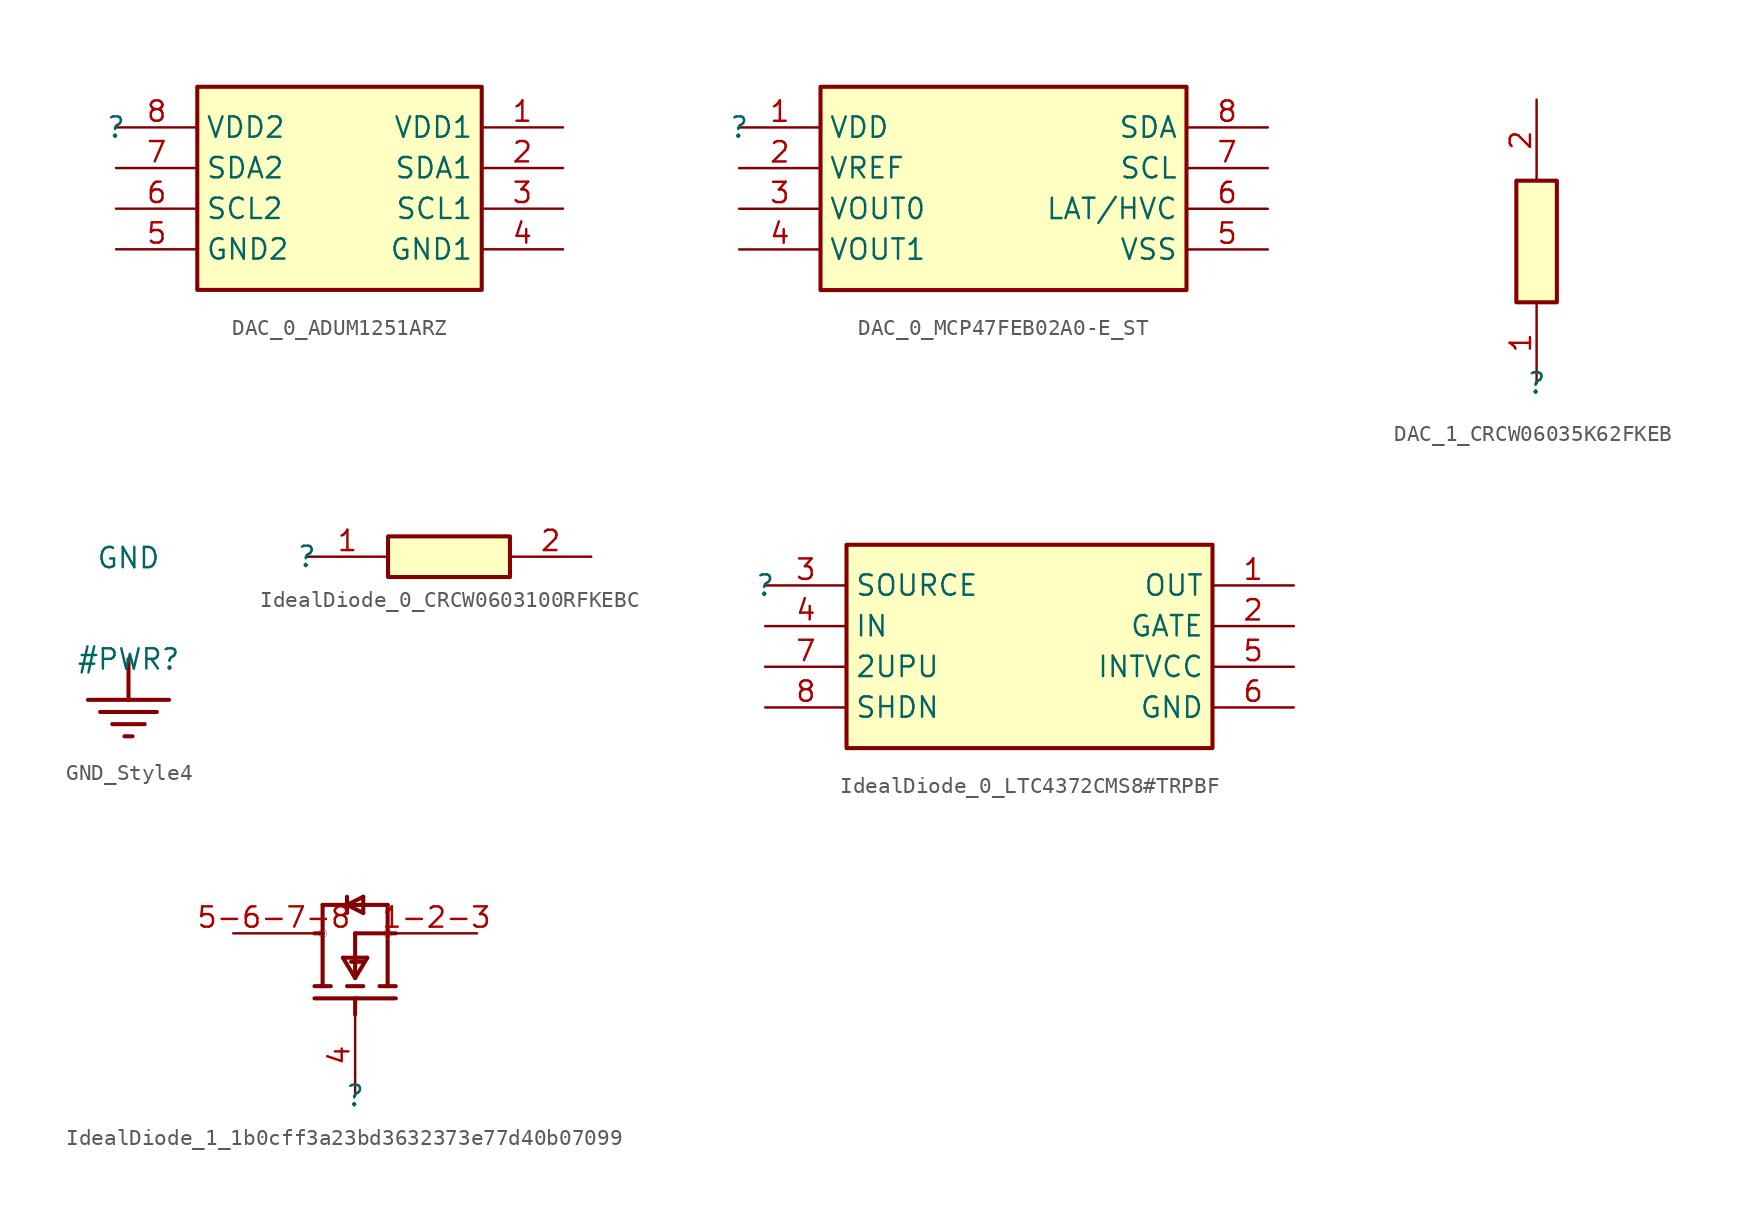
<source format=kicad_sym>
(kicad_symbol_lib
  (version 20220914)
  (generator kicad_symbol_editor)
  (symbol "DAC_0_ADUM1251ARZ"
    (property "Reference" ""
      (at 0 0 0)
      (effects (font (size 1.27 1.27))))
    (property "Value" ""
      (at 0 0 0)
      (effects (font (size 1.27 1.27))))
    (symbol "DAC_0_ADUM1251ARZ_1_0"
      (rectangle (start 22.86 2.54) (end 5.08 -10.16) (stroke (width 0.254) (type solid)) (fill (type background)))
      (pin passive line (at 27.94 0 180) (length 5.08) (name "VDD1" (effects (font (size 1.27 1.27)))) (number "1" (effects (font (size 1.27 1.27)))))
      (pin passive line (at 27.94 -2.54 180) (length 5.08) (name "SDA1" (effects (font (size 1.27 1.27)))) (number "2" (effects (font (size 1.27 1.27)))))
      (pin passive line (at 27.94 -5.08 180) (length 5.08) (name "SCL1" (effects (font (size 1.27 1.27)))) (number "3" (effects (font (size 1.27 1.27)))))
      (pin passive line (at 27.94 -7.62 180) (length 5.08) (name "GND1" (effects (font (size 1.27 1.27)))) (number "4" (effects (font (size 1.27 1.27)))))
      (pin passive line (at 0 -7.62 0) (length 5.08) (name "GND2" (effects (font (size 1.27 1.27)))) (number "5" (effects (font (size 1.27 1.27)))))
      (pin passive line (at 0 -5.08 0) (length 5.08) (name "SCL2" (effects (font (size 1.27 1.27)))) (number "6" (effects (font (size 1.27 1.27)))))
      (pin passive line (at 0 -2.54 0) (length 5.08) (name "SDA2" (effects (font (size 1.27 1.27)))) (number "7" (effects (font (size 1.27 1.27)))))
      (pin passive line (at 0 0 0) (length 5.08) (name "VDD2" (effects (font (size 1.27 1.27)))) (number "8" (effects (font (size 1.27 1.27)))))))
  (symbol "DAC_0_MCP47FEB02A0-E_ST"
    (property "Reference" ""
      (at 0 0 0)
      (effects (font (size 1.27 1.27))))
    (property "Value" ""
      (at 0 0 0)
      (effects (font (size 1.27 1.27))))
    (symbol "DAC_0_MCP47FEB02A0-E_ST_1_0"
      (rectangle (start 27.94 2.54) (end 5.08 -10.16) (stroke (width 0.254) (type solid)) (fill (type background)))
      (pin passive line (at 0 0 0) (length 5.08) (name "VDD" (effects (font (size 1.27 1.27)))) (number "1" (effects (font (size 1.27 1.27)))))
      (pin passive line (at 0 -2.54 0) (length 5.08) (name "VREF" (effects (font (size 1.27 1.27)))) (number "2" (effects (font (size 1.27 1.27)))))
      (pin passive line (at 0 -5.08 0) (length 5.08) (name "VOUT0" (effects (font (size 1.27 1.27)))) (number "3" (effects (font (size 1.27 1.27)))))
      (pin passive line (at 0 -7.62 0) (length 5.08) (name "VOUT1" (effects (font (size 1.27 1.27)))) (number "4" (effects (font (size 1.27 1.27)))))
      (pin passive line (at 33.02 -7.62 180) (length 5.08) (name "VSS" (effects (font (size 1.27 1.27)))) (number "5" (effects (font (size 1.27 1.27)))))
      (pin passive line (at 33.02 -5.08 180) (length 5.08) (name "LAT/HVC" (effects (font (size 1.27 1.27)))) (number "6" (effects (font (size 1.27 1.27)))))
      (pin passive line (at 33.02 -2.54 180) (length 5.08) (name "SCL" (effects (font (size 1.27 1.27)))) (number "7" (effects (font (size 1.27 1.27)))))
      (pin passive line (at 33.02 0 180) (length 5.08) (name "SDA" (effects (font (size 1.27 1.27)))) (number "8" (effects (font (size 1.27 1.27)))))))
  (symbol "DAC_1_CRCW06035K62FKEB"
    (property "Reference" ""
      (at 0 0 0)
      (effects (font (size 1.27 1.27))))
    (property "Value" ""
      (at 0 0 0)
      (effects (font (size 1.27 1.27))))
    (symbol "DAC_1_CRCW06035K62FKEB_1_0"
      (rectangle (start 1.27 12.7) (end -1.27 5.08) (stroke (width 0.254) (type solid)) (fill (type background)))
      (pin passive line (at 0 0 90) (length 5.08) (name "1" (effects (font (size 0 0)))) (number "1" (effects (font (size 1.27 1.27)))))
      (pin passive line (at 0 17.78 270) (length 5.08) (name "2" (effects (font (size 0 0)))) (number "2" (effects (font (size 1.27 1.27)))))))
  (symbol "GND_Style4"
    (power)
    (property "Reference" "#PWR"
      (at 0 0 0)
      (effects (font (size 1.27 1.27))))
    (property "Value" "GND"
      (at 0 6.35 0)
      (effects (font (size 1.27 1.27))))
    (symbol "GND_Style4_0_0"
      (polyline (pts (xy -2.54 -2.54) (xy 2.54 -2.54)) (stroke (width 0.254) (type solid)) (fill (type none)))
      (polyline (pts (xy -1.778 -3.302) (xy 1.778 -3.302)) (stroke (width 0.254) (type solid)) (fill (type none)))
      (polyline (pts (xy -1.016 -4.064) (xy 1.016 -4.064)) (stroke (width 0.254) (type solid)) (fill (type none)))
      (polyline (pts (xy -0.254 -4.826) (xy 0.254 -4.826)) (stroke (width 0.254) (type solid)) (fill (type none)))
      (polyline (pts (xy 0 0) (xy 0 -2.54)) (stroke (width 0.254) (type solid)) (fill (type none)))
      (pin power_in line (at 0 0 0) (length 0) hide (name "GND" (effects (font (size 1.27 1.27)))) (number "" (effects (font (size 1.27 1.27)))))))
  (symbol "IdealDiode_0_CRCW0603100RFKEBC"
    (property "Reference" ""
      (at 0 0 0)
      (effects (font (size 1.27 1.27))))
    (property "Value" ""
      (at 0 0 0)
      (effects (font (size 1.27 1.27))))
    (symbol "IdealDiode_0_CRCW0603100RFKEBC_1_0"
      (rectangle (start 12.7 1.27) (end 5.08 -1.27) (stroke (width 0.254) (type solid)) (fill (type background)))
      (pin passive line (at 0 0 0) (length 5.08) (name "1" (effects (font (size 0 0)))) (number "1" (effects (font (size 1.27 1.27)))))
      (pin passive line (at 17.78 0 180) (length 5.08) (name "2" (effects (font (size 0 0)))) (number "2" (effects (font (size 1.27 1.27)))))))
  (symbol "IdealDiode_0_LTC4372CMS8#TRPBF"
    (property "Reference" ""
      (at 0 0 0)
      (effects (font (size 1.27 1.27))))
    (property "Value" ""
      (at 0 0 0)
      (effects (font (size 1.27 1.27))))
    (symbol "IdealDiode_0_LTC4372CMS8#TRPBF_1_0"
      (rectangle (start 27.94 2.54) (end 5.08 -10.16) (stroke (width 0.254) (type solid)) (fill (type background)))
      (pin passive line (at 33.02 0 180) (length 5.08) (name "OUT" (effects (font (size 1.27 1.27)))) (number "1" (effects (font (size 1.27 1.27)))))
      (pin passive line (at 33.02 -2.54 180) (length 5.08) (name "GATE" (effects (font (size 1.27 1.27)))) (number "2" (effects (font (size 1.27 1.27)))))
      (pin passive line (at 0 0 0) (length 5.08) (name "SOURCE" (effects (font (size 1.27 1.27)))) (number "3" (effects (font (size 1.27 1.27)))))
      (pin passive line (at 0 -2.54 0) (length 5.08) (name "IN" (effects (font (size 1.27 1.27)))) (number "4" (effects (font (size 1.27 1.27)))))
      (pin passive line (at 33.02 -5.08 180) (length 5.08) (name "INTVCC" (effects (font (size 1.27 1.27)))) (number "5" (effects (font (size 1.27 1.27)))))
      (pin passive line (at 33.02 -7.62 180) (length 5.08) (name "GND" (effects (font (size 1.27 1.27)))) (number "6" (effects (font (size 1.27 1.27)))))
      (pin passive line (at 0 -5.08 0) (length 5.08) (name "2UPU" (effects (font (size 1.27 1.27)))) (number "7" (effects (font (size 1.27 1.27)))))
      (pin passive line (at 0 -7.62 0) (length 5.08) (name "SHDN" (effects (font (size 1.27 1.27)))) (number "8" (effects (font (size 1.27 1.27)))))))
  (symbol "IdealDiode_1_1b0cff3a23bd3632373e77d40b07099"
    (property "Reference" ""
      (at 0 0 0)
      (effects (font (size 1.27 1.27))))
    (property "Value" ""
      (at 0 0 0)
      (effects (font (size 1.27 1.27))))
    (symbol "IdealDiode_1_1b0cff3a23bd3632373e77d40b07099_1_0"
      (circle (center -2.032 10.16) (radius 0.254) (stroke (width 0.0001) (type solid)) (fill (type none)))
      (polyline (pts (xy -2.032 6.858) (xy -2.032 10.16)) (stroke (width 0.254) (type solid)) (fill (type none)))
      (polyline (pts (xy -2.032 10.16) (xy -2.54 10.16)) (stroke (width 0.254) (type solid)) (fill (type none)))
      (polyline (pts (xy -2.032 11.938) (xy -2.032 10.16)) (stroke (width 0.254) (type solid)) (fill (type none)))
      (polyline (pts (xy -1.524 6.858) (xy -2.54 6.858)) (stroke (width 0.254) (type solid)) (fill (type none)))
      (polyline (pts (xy -0.762 8.636) (xy 0.762 8.636)) (stroke (width 0.254) (type solid)) (fill (type none)))
      (polyline (pts (xy -0.508 6.858) (xy 0.508 6.858)) (stroke (width 0.254) (type solid)) (fill (type none)))
      (polyline (pts (xy -0.508 11.938) (xy -0.508 11.43)) (stroke (width 0.254) (type solid)) (fill (type none)))
      (polyline (pts (xy -0.508 11.938) (xy -0.508 12.446)) (stroke (width 0.254) (type solid)) (fill (type none)))
      (polyline (pts (xy -0.508 11.938) (xy 0.508 11.43)) (stroke (width 0.254) (type solid)) (fill (type none)))
      (polyline (pts (xy -0.254 8.382) (xy 0.508 8.382)) (stroke (width 0.254) (type solid)) (fill (type none)))
      (polyline (pts (xy 0 6.096) (xy 0 5.08)) (stroke (width 0.254) (type solid)) (fill (type none)))
      (polyline (pts (xy 0 7.366) (xy -0.762 8.636)) (stroke (width 0.254) (type solid)) (fill (type none)))
      (polyline (pts (xy 0 7.366) (xy 0.762 8.636)) (stroke (width 0.254) (type solid)) (fill (type none)))
      (polyline (pts (xy 0 7.62) (xy 0 10.16)) (stroke (width 0.254) (type solid)) (fill (type none)))
      (polyline (pts (xy 0 10.16) (xy 2.54 10.16)) (stroke (width 0.254) (type solid)) (fill (type none)))
      (polyline (pts (xy 0.508 11.43) (xy 0.508 12.446)) (stroke (width 0.254) (type solid)) (fill (type none)))
      (polyline (pts (xy 0.508 12.446) (xy -0.508 11.938)) (stroke (width 0.254) (type solid)) (fill (type none)))
      (polyline (pts (xy 1.524 6.858) (xy 2.54 6.858)) (stroke (width 0.254) (type solid)) (fill (type none)))
      (polyline (pts (xy 2.032 6.858) (xy 2.032 10.16)) (stroke (width 0.254) (type solid)) (fill (type none)))
      (polyline (pts (xy 2.032 10.16) (xy 2.032 11.938)) (stroke (width 0.254) (type solid)) (fill (type none)))
      (polyline (pts (xy 2.032 11.938) (xy -2.032 11.938)) (stroke (width 0.254) (type solid)) (fill (type none)))
      (polyline (pts (xy 2.54 6.096) (xy -2.54 6.096)) (stroke (width 0.254) (type solid)) (fill (type none)))
      (circle (center 2.032 10.16) (radius 0.254) (stroke (width 0.0001) (type solid)) (fill (type none)))
      (pin passive line (at 7.62 10.16 180) (length 5.08) (name "S" (effects (font (size 0 0)))) (number "1-2-3" (effects (font (size 1.27 1.27)))))
      (pin passive line (at 0 0 90) (length 5.08) (name "G" (effects (font (size 0 0)))) (number "4" (effects (font (size 1.27 1.27)))))
      (pin passive line (at -7.62 10.16 0) (length 5.08) (name "D" (effects (font (size 0 0)))) (number "5-6-7-8" (effects (font (size 1.27 1.27))))))))
</source>
